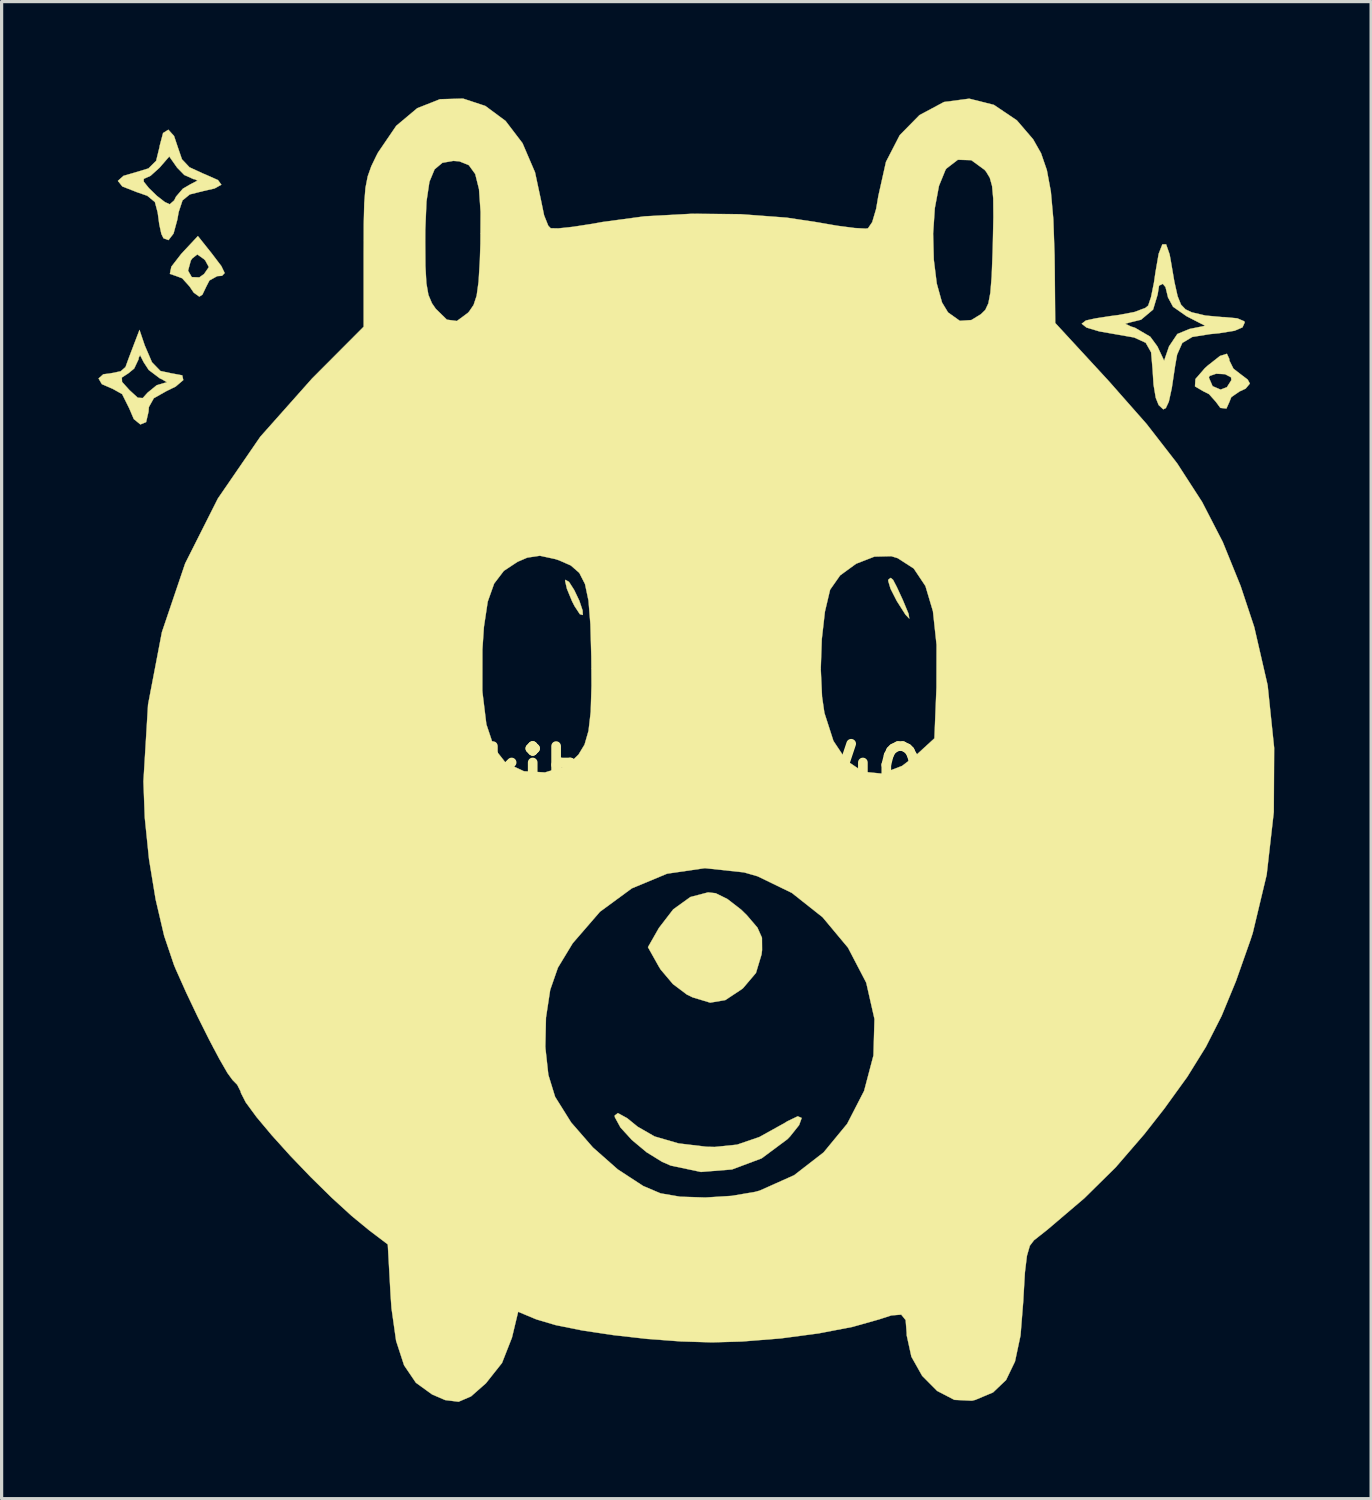
<source format=kicad_pcb>
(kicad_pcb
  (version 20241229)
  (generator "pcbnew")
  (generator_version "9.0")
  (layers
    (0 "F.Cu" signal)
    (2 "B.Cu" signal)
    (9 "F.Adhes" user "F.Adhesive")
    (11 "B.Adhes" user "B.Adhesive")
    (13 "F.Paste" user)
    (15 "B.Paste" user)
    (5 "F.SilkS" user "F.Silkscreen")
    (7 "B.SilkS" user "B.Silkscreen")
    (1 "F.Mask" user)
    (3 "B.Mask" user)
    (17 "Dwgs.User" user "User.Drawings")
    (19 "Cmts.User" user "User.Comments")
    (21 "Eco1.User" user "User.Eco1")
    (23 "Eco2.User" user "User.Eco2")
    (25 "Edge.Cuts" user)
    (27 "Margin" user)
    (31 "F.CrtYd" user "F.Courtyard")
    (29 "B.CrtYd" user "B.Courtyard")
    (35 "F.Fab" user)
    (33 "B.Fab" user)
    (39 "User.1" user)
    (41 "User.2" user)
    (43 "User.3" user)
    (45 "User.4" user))
  (footprint "Pokibot_40_40"
    (layer "F.Cu")
    (at 17.269 20.907)
    (property "Reference" "Pokibot_40_40" (at 0 0 0) (layer "F.SilkS") (effects (font (size 1.524 1.524) (thickness 0.3))))
    (attr through_hole)
    (fp_poly (pts (xy -2.685 -5.924) (xy -2.523 -5.671) (xy -2.364 -5.338) (xy -2.263 -5.035) (xy -2.257 -4.898) (xy -2.348 -4.922) (xy -2.514 -5.174) (xy -2.591 -5.325) (xy -2.749 -5.708) (xy -2.806 -5.954) (xy -2.797 -5.988) (xy -2.685 -5.924)) (stroke (width 0.01) (type solid)) (fill yes) (layer "F.SilkS"))
    (fp_poly (pts (xy 7.357 -5.989) (xy 7.476 -5.761) (xy 7.662 -5.358) (xy 7.838 -4.934) (xy 7.861 -4.785) (xy 7.741 -4.911) (xy 7.485 -5.314) (xy 7.47 -5.338) (xy 7.28 -5.711) (xy 7.206 -5.96) (xy 7.217 -6) (xy 7.285 -6.048) (xy 7.357 -5.989)) (stroke (width 0.01) (type solid)) (fill yes) (layer "F.SilkS"))
    (fp_poly (pts (xy 1.86 3.725) (xy 2.223 3.904) (xy 2.649 4.233) (xy 2.826 4.406) (xy 3.155 4.791) (xy 3.295 5.105) (xy 3.298 5.485) (xy 3.282 5.621) (xy 3.109 6.195) (xy 2.715 6.66) (xy 2.669 6.699) (xy 2.16 7.036) (xy 1.69 7.116) (xy 1.144 6.951) (xy 0.969 6.866) (xy 0.536 6.54) (xy 0.154 6.088) (xy 0.096 5.993) (xy -0.238 5.397) (xy 0.101 4.802) (xy 0.545 4.225) (xy 1.077 3.842) (xy 1.625 3.699) (xy 1.86 3.725)) (stroke (width 0.01) (type solid)) (fill yes) (layer "F.SilkS"))
    (fp_poly (pts (xy -0.882 10.697) (xy -0.556 10.962) (xy -0.032 11.263) (xy 0.709 11.478) (xy 1.576 11.582) (xy 1.832 11.588) (xy 2.522 11.517) (xy 3.213 11.281) (xy 4.002 10.843) (xy 4.081 10.793) (xy 4.404 10.638) (xy 4.526 10.69) (xy 4.446 10.911) (xy 4.165 11.263) (xy 4.083 11.348) (xy 3.284 11.942) (xy 2.367 12.285) (xy 1.404 12.363) (xy 0.466 12.165) (xy 0.199 12.048) (xy -0.281 11.752) (xy -0.736 11.372) (xy -1.089 10.986) (xy -1.263 10.668) (xy -1.27 10.615) (xy -1.17 10.539) (xy -0.882 10.697)) (stroke (width 0.01) (type solid)) (fill yes) (layer "F.SilkS"))
    (fp_poly (pts (xy -13.761 -16.108) (xy -13.459 -15.71) (xy -13.356 -15.495) (xy -13.438 -15.41) (xy -13.588 -15.399) (xy -13.829 -15.265) (xy -13.924 -15.081) (xy -14.047 -14.824) (xy -14.142 -14.764) (xy -14.314 -14.887) (xy -14.446 -15.081) (xy -14.674 -15.334) (xy -14.849 -15.399) (xy -15.054 -15.47) (xy -15.034 -15.568) (xy -14.491 -15.568) (xy -14.376 -15.369) (xy -14.141 -15.361) (xy -13.994 -15.466) (xy -13.847 -15.68) (xy -13.957 -15.884) (xy -13.999 -15.927) (xy -14.204 -16.072) (xy -14.363 -15.947) (xy -14.407 -15.879) (xy -14.491 -15.568) (xy -15.034 -15.568) (xy -15.008 -15.693) (xy -14.707 -16.082) (xy -14.634 -16.162) (xy -14.186 -16.641) (xy -13.761 -16.108)) (stroke (width 0.01) (type solid)) (fill yes) (layer "F.SilkS"))
    (fp_poly (pts (xy 17.779 -12.831) (xy 17.78 -12.785) (xy 17.906 -12.532) (xy 18.098 -12.383) (xy 18.348 -12.193) (xy 18.415 -12.07) (xy 18.284 -11.913) (xy 18.098 -11.827) (xy 17.84 -11.65) (xy 17.78 -11.499) (xy 17.689 -11.296) (xy 17.501 -11.316) (xy 17.363 -11.503) (xy 17.149 -11.743) (xy 16.972 -11.832) (xy 16.715 -11.983) (xy 16.729 -12.211) (xy 16.768 -12.255) (xy 17.145 -12.255) (xy 17.26 -11.989) (xy 17.509 -11.883) (xy 17.704 -11.958) (xy 17.842 -12.176) (xy 17.833 -12.263) (xy 17.647 -12.361) (xy 17.37 -12.375) (xy 17.168 -12.306) (xy 17.145 -12.255) (xy 16.768 -12.255) (xy 17.02 -12.546) (xy 17.105 -12.623) (xy 17.49 -12.926) (xy 17.704 -12.993) (xy 17.779 -12.831)) (stroke (width 0.01) (type solid)) (fill yes) (layer "F.SilkS"))
    (fp_poly (pts (xy -15.835 -13.256) (xy -15.609 -12.73) (xy -15.347 -12.46) (xy -14.988 -12.383) (xy -14.982 -12.383) (xy -14.671 -12.325) (xy -14.639 -12.178) (xy -14.875 -11.977) (xy -15.161 -11.837) (xy -15.552 -11.616) (xy -15.705 -11.343) (xy -15.716 -11.2) (xy -15.791 -10.876) (xy -15.968 -10.803) (xy -16.172 -10.97) (xy -16.316 -11.306) (xy -16.534 -11.743) (xy -16.825 -11.906) (xy -17.162 -12.052) (xy -17.264 -12.228) (xy -17.231 -12.257) (xy -16.544 -12.257) (xy -16.536 -12.121) (xy -16.31 -11.87) (xy -16.304 -11.864) (xy -16.05 -11.632) (xy -15.895 -11.621) (xy -15.747 -11.786) (xy -15.463 -12.018) (xy -15.271 -12.075) (xy -15.145 -12.112) (xy -15.316 -12.211) (xy -15.363 -12.23) (xy -15.709 -12.491) (xy -15.869 -12.736) (xy -15.977 -12.95) (xy -16.021 -12.869) (xy -16.024 -12.825) (xy -16.16 -12.537) (xy -16.344 -12.386) (xy -16.544 -12.257) (xy -17.231 -12.257) (xy -17.118 -12.358) (xy -16.915 -12.383) (xy -16.58 -12.45) (xy -16.43 -12.581) (xy -16.327 -12.864) (xy -16.178 -13.256) (xy -15.996 -13.732) (xy -15.835 -13.256)) (stroke (width 0.01) (type solid)) (fill yes) (layer "F.SilkS"))
    (fp_poly (pts (xy -14.925 -19.742) (xy -14.816 -19.417) (xy -14.68 -19.02) (xy -14.447 -18.773) (xy -14.011 -18.572) (xy -13.98 -18.561) (xy -13.563 -18.376) (xy -13.459 -18.233) (xy -13.67 -18.116) (xy -14.018 -18.037) (xy -14.437 -17.932) (xy -14.663 -17.747) (xy -14.782 -17.386) (xy -14.824 -17.149) (xy -14.941 -16.719) (xy -15.097 -16.516) (xy -15.253 -16.574) (xy -15.318 -16.708) (xy -15.383 -17.006) (xy -15.432 -17.37) (xy -15.518 -17.695) (xy -15.754 -17.89) (xy -16.085 -18.005) (xy -16.528 -18.179) (xy -16.648 -18.33) (xy -15.867 -18.33) (xy -15.705 -18.128) (xy -15.459 -17.889) (xy -15.211 -17.696) (xy -15.059 -17.626) (xy -14.921 -17.747) (xy -14.864 -17.863) (xy -14.652 -18.109) (xy -14.41 -18.25) (xy -14.198 -18.359) (xy -14.284 -18.403) (xy -14.318 -18.405) (xy -14.607 -18.534) (xy -14.83 -18.762) (xy -15.073 -19.108) (xy -15.373 -18.762) (xy -15.653 -18.509) (xy -15.863 -18.415) (xy -15.867 -18.33) (xy -16.648 -18.33) (xy -16.665 -18.352) (xy -16.493 -18.507) (xy -16.186 -18.596) (xy -15.719 -18.737) (xy -15.48 -18.973) (xy -15.376 -19.396) (xy -15.371 -19.435) (xy -15.265 -19.835) (xy -15.101 -19.937) (xy -14.925 -19.742)) (stroke (width 0.01) (type solid)) (fill yes) (layer "F.SilkS"))
    (fp_poly (pts (xy 15.82 -16.384) (xy 15.927 -16.078) (xy 15.957 -15.919) (xy 16.076 -15.224) (xy 16.176 -14.778) (xy 16.282 -14.515) (xy 16.422 -14.369) (xy 16.614 -14.278) (xy 17.039 -14.178) (xy 17.563 -14.13) (xy 17.632 -14.129) (xy 18.025 -14.092) (xy 18.242 -14) (xy 18.256 -13.965) (xy 18.187 -13.812) (xy 17.942 -13.707) (xy 17.461 -13.63) (xy 17.176 -13.602) (xy 16.632 -13.515) (xy 16.321 -13.329) (xy 16.16 -12.966) (xy 16.097 -12.607) (xy 15.995 -11.925) (xy 15.904 -11.509) (xy 15.811 -11.31) (xy 15.732 -11.271) (xy 15.589 -11.404) (xy 15.499 -11.628) (xy 15.43 -12.041) (xy 15.399 -12.535) (xy 15.398 -12.541) (xy 15.355 -13.039) (xy 15.188 -13.334) (xy 14.829 -13.498) (xy 14.363 -13.58) (xy 13.75 -13.687) (xy 13.353 -13.806) (xy 13.208 -13.922) (xy 14.555 -13.922) (xy 14.731 -13.838) (xy 14.856 -13.799) (xy 15.329 -13.522) (xy 15.552 -13.218) (xy 15.758 -12.779) (xy 15.911 -13.223) (xy 16.168 -13.606) (xy 16.549 -13.763) (xy 17.032 -13.86) (xy 16.454 -14.157) (xy 16.035 -14.45) (xy 15.875 -14.747) (xy 15.875 -14.758) (xy 15.801 -15.06) (xy 15.716 -15.161) (xy 15.6 -15.103) (xy 15.557 -14.83) (xy 15.416 -14.363) (xy 15.043 -14.049) (xy 14.684 -13.961) (xy 14.555 -13.922) (xy 13.208 -13.922) (xy 13.205 -13.925) (xy 13.335 -14.025) (xy 13.627 -14.089) (xy 14.098 -14.162) (xy 14.358 -14.196) (xy 14.837 -14.287) (xy 15.178 -14.415) (xy 15.264 -14.486) (xy 15.352 -14.747) (xy 15.444 -15.202) (xy 15.49 -15.519) (xy 15.59 -16.094) (xy 15.704 -16.385) (xy 15.82 -16.384)) (stroke (width 0.01) (type solid)) (fill yes) (layer "F.SilkS"))
    (fp_poly (pts (xy -5.279 -20.674) (xy -4.652 -20.21) (xy -4.126 -19.52) (xy -3.738 -18.616) (xy -3.554 -17.755) (xy -3.457 -17.284) (xy -3.328 -16.962) (xy -3.253 -16.884) (xy -3.018 -16.879) (xy -2.554 -16.929) (xy -1.945 -17.023) (xy -1.648 -17.077) (xy -0.349 -17.252) (xy 1.12 -17.332) (xy 2.631 -17.319) (xy 4.058 -17.212) (xy 4.974 -17.074) (xy 5.621 -16.962) (xy 6.161 -16.891) (xy 6.51 -16.872) (xy 6.581 -16.882) (xy 6.712 -17.073) (xy 6.834 -17.486) (xy 6.902 -17.885) (xy 7.138 -18.94) (xy 7.564 -19.767) (xy 8.176 -20.389) (xy 8.936 -20.796) (xy 9.718 -20.899) (xy 10.483 -20.707) (xy 11.194 -20.228) (xy 11.699 -19.64) (xy 11.944 -19.208) (xy 12.124 -18.685) (xy 12.248 -18.018) (xy 12.325 -17.158) (xy 12.363 -16.051) (xy 12.369 -15.586) (xy 12.383 -13.948) (xy 14.044 -12.146) (xy 15.213 -10.82) (xy 16.163 -9.596) (xy 16.936 -8.4) (xy 17.576 -7.159) (xy 18.128 -5.799) (xy 18.551 -4.524) (xy 18.966 -2.721) (xy 19.168 -0.78) (xy 19.157 1.209) (xy 18.936 3.153) (xy 18.504 4.96) (xy 18.439 5.159) (xy 17.984 6.45) (xy 17.539 7.528) (xy 17.053 8.485) (xy 16.476 9.415) (xy 15.757 10.41) (xy 15.144 11.192) (xy 14.259 12.217) (xy 13.287 13.176) (xy 12.141 14.152) (xy 11.724 14.481) (xy 11.596 14.65) (xy 11.506 14.963) (xy 11.444 15.474) (xy 11.399 16.241) (xy 11.394 16.351) (xy 11.308 17.429) (xy 11.137 18.236) (xy 10.86 18.811) (xy 10.457 19.195) (xy 9.908 19.426) (xy 9.802 19.452) (xy 9.258 19.426) (xy 8.724 19.149) (xy 8.26 18.682) (xy 7.926 18.088) (xy 7.781 17.427) (xy 7.779 17.346) (xy 7.748 16.953) (xy 7.611 16.784) (xy 7.303 16.809) (xy 6.931 16.93) (xy 6.101 17.164) (xy 5.05 17.366) (xy 3.874 17.522) (xy 2.67 17.618) (xy 1.746 17.644) (xy 0.782 17.615) (xy -0.263 17.537) (xy -1.311 17.419) (xy -2.284 17.273) (xy -3.102 17.108) (xy -3.688 16.934) (xy -3.727 16.919) (xy -4.261 16.696) (xy -4.453 17.497) (xy -4.761 18.282) (xy -5.26 18.912) (xy -5.721 19.318) (xy -6.107 19.484) (xy -6.523 19.432) (xy -6.928 19.258) (xy -7.43 18.895) (xy -7.796 18.355) (xy -8.043 17.598) (xy -8.186 16.587) (xy -8.214 16.184) (xy -8.301 14.608) (xy -8.873 14.175) (xy -9.421 13.725) (xy -10.039 13.16) (xy -10.685 12.525) (xy -11.317 11.867) (xy -11.892 11.23) (xy -12.369 10.661) (xy -12.703 10.206) (xy -12.854 9.91) (xy -12.859 9.874) (xy -12.968 9.659) (xy -13.111 9.514) (xy -13.27 9.296) (xy -13.525 8.853) (xy -13.713 8.498) (xy -3.419 8.498) (xy -3.325 9.354) (xy -3.116 10.034) (xy -3.114 10.037) (xy -2.618 10.83) (xy -1.945 11.603) (xy -1.174 12.284) (xy -0.386 12.798) (xy 0.151 13.026) (xy 0.759 13.13) (xy 1.539 13.155) (xy 2.358 13.104) (xy 3.081 12.981) (xy 3.223 12.942) (xy 4.292 12.464) (xy 5.205 11.757) (xy 5.936 10.87) (xy 6.46 9.852) (xy 6.75 8.753) (xy 6.782 7.623) (xy 6.53 6.513) (xy 6.52 6.485) (xy 5.961 5.412) (xy 5.175 4.47) (xy 4.221 3.715) (xy 3.16 3.2) (xy 2.74 3.079) (xy 1.525 2.948) (xy 0.355 3.119) (xy -0.739 3.574) (xy -1.725 4.298) (xy -2.571 5.276) (xy -3.029 6.032) (xy -3.268 6.72) (xy -3.399 7.581) (xy -3.419 8.498) (xy -13.713 8.498) (xy -13.845 8.247) (xy -14.197 7.543) (xy -14.548 6.804) (xy -14.866 6.093) (xy -14.925 5.953) (xy -15.231 5.047) (xy -15.495 3.92) (xy -15.701 2.668) (xy -15.832 1.385) (xy -15.874 0.26) (xy -15.731 -2.119) (xy -15.652 -2.534) (xy -5.371 -2.534) (xy -5.246 -1.51) (xy -4.996 -0.762) (xy -4.651 -0.321) (xy -4.083 -0.056) (xy -3.428 -0.019) (xy -2.819 -0.208) (xy -2.657 -0.317) (xy -2.392 -0.57) (xy -2.203 -0.882) (xy -2.08 -1.308) (xy -2.012 -1.898) (xy -1.988 -2.707) (xy -1.991 -3.228) (xy 5.117 -3.228) (xy 5.157 -2.365) (xy 5.23 -1.864) (xy 5.51 -0.994) (xy 5.918 -0.382) (xy 6.427 -0.04) (xy 7.009 0.018) (xy 7.636 -0.22) (xy 8.053 -0.538) (xy 8.639 -1.075) (xy 8.703 -2.652) (xy 8.706 -3.972) (xy 8.594 -5.014) (xy 8.361 -5.796) (xy 7.999 -6.338) (xy 7.502 -6.659) (xy 7.303 -6.72) (xy 6.781 -6.707) (xy 6.214 -6.487) (xy 5.717 -6.125) (xy 5.41 -5.687) (xy 5.403 -5.667) (xy 5.246 -5.002) (xy 5.149 -4.148) (xy 5.117 -3.228) (xy -1.991 -3.228) (xy -1.994 -3.612) (xy -2.022 -4.611) (xy -2.081 -5.343) (xy -2.189 -5.857) (xy -2.366 -6.203) (xy -2.628 -6.432) (xy -2.996 -6.594) (xy -3.114 -6.632) (xy -3.587 -6.734) (xy -3.977 -6.676) (xy -4.282 -6.545) (xy -4.705 -6.265) (xy -5.005 -5.872) (xy -5.204 -5.312) (xy -5.322 -4.529) (xy -5.369 -3.826) (xy -5.371 -2.534) (xy -15.652 -2.534) (xy -15.301 -4.368) (xy -14.581 -6.495) (xy -13.566 -8.509) (xy -12.253 -10.421) (xy -10.638 -12.238) (xy -10.635 -12.24) (xy -9.049 -13.831) (xy -9.049 -16.105) (xy -9.047 -16.492) (xy -7.141 -16.492) (xy -7.135 -15.712) (xy -7.105 -15.178) (xy -7.042 -14.818) (xy -6.933 -14.559) (xy -6.815 -14.388) (xy -6.47 -14.05) (xy -6.16 -14.009) (xy -5.821 -14.259) (xy -5.78 -14.303) (xy -5.642 -14.506) (xy -5.547 -14.793) (xy -5.487 -15.23) (xy -5.448 -15.881) (xy -5.431 -16.407) (xy -5.429 -16.718) (xy 8.599 -16.718) (xy 8.62 -15.91) (xy 8.712 -15.17) (xy 8.875 -14.583) (xy 9.062 -14.274) (xy 9.427 -14.014) (xy 9.783 -14.038) (xy 10.081 -14.22) (xy 10.217 -14.354) (xy 10.311 -14.555) (xy 10.373 -14.881) (xy 10.414 -15.391) (xy 10.443 -16.143) (xy 10.45 -16.399) (xy 10.467 -17.23) (xy 10.462 -17.806) (xy 10.427 -18.191) (xy 10.356 -18.447) (xy 10.241 -18.637) (xy 10.193 -18.694) (xy 9.783 -18.993) (xy 9.366 -19.006) (xy 9.012 -18.734) (xy 8.983 -18.693) (xy 8.78 -18.195) (xy 8.652 -17.508) (xy 8.599 -16.718) (xy -5.429 -16.718) (xy -5.425 -17.388) (xy -5.474 -18.094) (xy -5.591 -18.564) (xy -5.79 -18.839) (xy -6.083 -18.957) (xy -6.271 -18.971) (xy -6.609 -18.912) (xy -6.851 -18.709) (xy -7.011 -18.323) (xy -7.102 -17.713) (xy -7.139 -16.841) (xy -7.141 -16.492) (xy -9.047 -16.492) (xy -9.046 -17.008) (xy -9.03 -17.661) (xy -8.993 -18.133) (xy -8.923 -18.492) (xy -8.812 -18.805) (xy -8.65 -19.141) (xy -8.604 -19.229) (xy -8.04 -20.057) (xy -7.388 -20.604) (xy -6.685 -20.882) (xy -5.97 -20.902) (xy -5.279 -20.674)) (stroke (width 0.01) (type solid)) (fill yes) (layer "F.SilkS")))
  (gr_rect
    (start -3 -3)
    (end 39.442 43.396)
    (stroke (width 0.1) (type default))
    (fill no)
    (layer "Edge.Cuts")))
</source>
